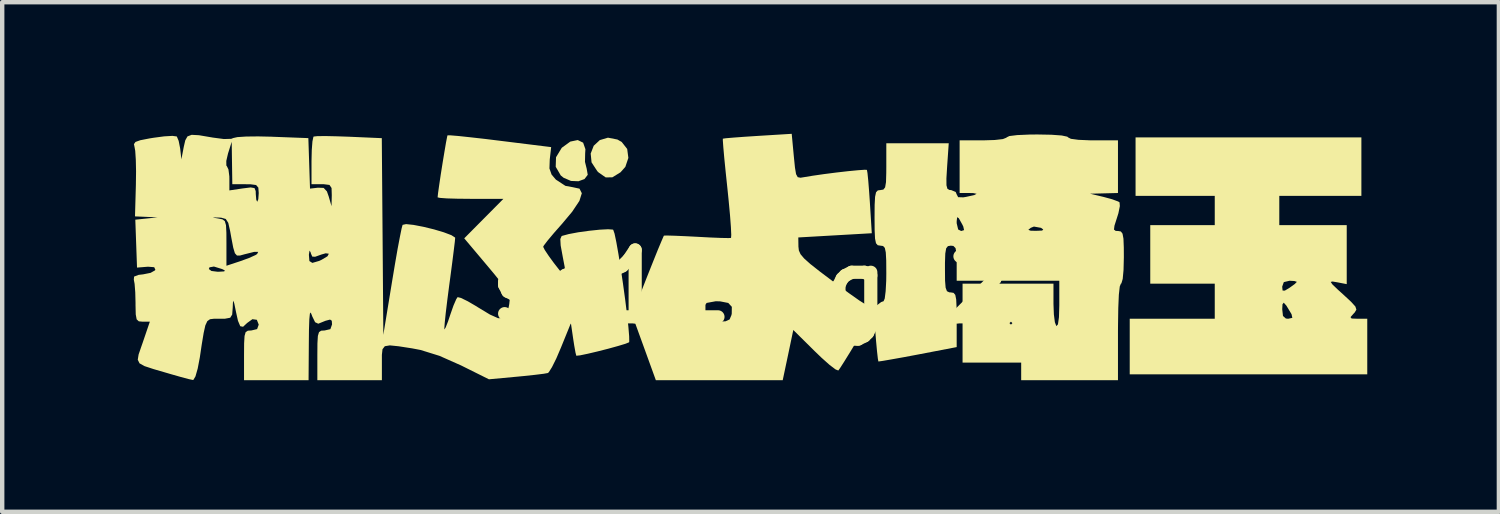
<source format=kicad_pcb>
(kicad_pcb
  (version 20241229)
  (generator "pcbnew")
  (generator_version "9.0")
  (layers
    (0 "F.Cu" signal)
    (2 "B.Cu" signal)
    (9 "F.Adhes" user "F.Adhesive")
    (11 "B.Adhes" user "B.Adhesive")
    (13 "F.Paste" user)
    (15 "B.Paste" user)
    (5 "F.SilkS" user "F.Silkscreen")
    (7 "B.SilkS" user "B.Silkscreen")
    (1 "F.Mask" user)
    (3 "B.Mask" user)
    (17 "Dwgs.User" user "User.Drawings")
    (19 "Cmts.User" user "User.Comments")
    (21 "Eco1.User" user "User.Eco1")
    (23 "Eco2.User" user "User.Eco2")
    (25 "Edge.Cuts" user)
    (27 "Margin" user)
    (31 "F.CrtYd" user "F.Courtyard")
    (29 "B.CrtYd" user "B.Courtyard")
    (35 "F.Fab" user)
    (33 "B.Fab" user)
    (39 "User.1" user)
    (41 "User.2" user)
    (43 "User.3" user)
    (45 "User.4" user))
  (footprint "sc11logo2"
    (layer "F.Cu")
    (at 14.076 3.482)
    (property "Reference" "sc11logo2" (at 0 0 0) (layer "F.SilkS") (effects (font (size 1.524 1.524) (thickness 0.3))))
    (attr board_only exclude_from_pos_files exclude_from_bom)
    (fp_poly (pts (xy -3.054 -3.352) (xy -2.956 -3.296) (xy -2.831 -3.137) (xy -2.804 -2.933) (xy -2.873 -2.729) (xy -2.983 -2.605) (xy -3.168 -2.491) (xy -3.32 -2.488) (xy -3.48 -2.599) (xy -3.512 -2.63) (xy -3.643 -2.831) (xy -3.663 -3.032) (xy -3.594 -3.21) (xy -3.455 -3.339) (xy -3.269 -3.394)) (stroke (width 0) (type solid)) (fill yes) (layer "F.SilkS"))
    (fp_poly (pts (xy -3.835 -3.28) (xy -3.783 -3.131) (xy -3.789 -3.037) (xy -3.793 -2.843) (xy -3.754 -2.686) (xy -3.73 -2.548) (xy -3.804 -2.451) (xy -3.942 -2.401) (xy -4.112 -2.408) (xy -4.281 -2.481) (xy -4.345 -2.533) (xy -4.46 -2.73) (xy -4.453 -2.948) (xy -4.325 -3.159) (xy -4.314 -3.17) (xy -4.127 -3.305) (xy -3.958 -3.34)) (stroke (width 0) (type solid)) (fill yes) (layer "F.SilkS"))
    (fp_poly (pts (xy 13.903 -2.067) (xy 12.032 -2.067) (xy 12.032 -1.4) (xy 13.569 -1.4) (xy 13.569 -0.056) (xy 13.352 -0.098) (xy 13.243 -0.116) (xy 13.204 -0.106) (xy 13.242 -0.05) (xy 13.366 0.069) (xy 13.489 0.18) (xy 13.67 0.348) (xy 13.766 0.454) (xy 13.789 0.525) (xy 13.753 0.587) (xy 13.725 0.617) (xy 13.655 0.696) (xy 13.681 0.728) (xy 13.822 0.733) (xy 14.037 0.733) (xy 14.037 2) (xy 8.623 2) (xy 8.623 0.733) (xy 10.561 0.733) (xy 10.561 0.517) (xy 12.099 0.517) (xy 12.116 0.67) (xy 12.182 0.728) (xy 12.234 0.733) (xy 12.329 0.713) (xy 12.312 0.632) (xy 12.304 0.617) (xy 12.194 0.435) (xy 12.133 0.366) (xy 12.105 0.403) (xy 12.099 0.517) (xy 10.561 0.517) (xy 10.561 0.002) (xy 12.098 0.002) (xy 12.107 0.09) (xy 12.158 0.092) (xy 12.266 0.027) (xy 12.384 -0.058) (xy 12.433 -0.108) (xy 12.375 -0.127) (xy 12.266 -0.133) (xy 12.135 -0.102) (xy 12.098 0.002) (xy 10.561 0.002) (xy 10.561 -0.067) (xy 9.091 -0.067) (xy 9.091 -1.4) (xy 10.561 -1.4) (xy 10.561 -2.067) (xy 8.756 -2.067) (xy 8.756 -3.4) (xy 13.903 -3.4)) (stroke (width 0) (type solid)) (fill yes) (layer "F.SilkS"))
    (fp_poly (pts (xy 0.967 -2.97) (xy 0.993 -2.713) (xy 1.018 -2.563) (xy 1.056 -2.494) (xy 1.119 -2.481) (xy 1.193 -2.493) (xy 1.393 -2.526) (xy 1.649 -2.563) (xy 1.929 -2.599) (xy 2.199 -2.63) (xy 2.427 -2.652) (xy 2.583 -2.663) (xy 2.633 -2.66) (xy 2.646 -2.586) (xy 2.664 -2.409) (xy 2.684 -2.155) (xy 2.7 -1.925) (xy 2.744 -1.216) (xy 1.069 -1.12) (xy 1.072 -0.91) (xy 1.082 -0.823) (xy 1.12 -0.738) (xy 1.202 -0.641) (xy 1.344 -0.514) (xy 1.561 -0.343) (xy 1.869 -0.111) (xy 1.91 -0.081) (xy 2.229 0.154) (xy 2.46 0.317) (xy 2.619 0.417) (xy 2.725 0.465) (xy 2.794 0.47) (xy 2.843 0.44) (xy 2.848 0.436) (xy 2.957 0.353) (xy 3.013 0.333) (xy 3.039 0.272) (xy 3.06 0.105) (xy 3.073 -0.136) (xy 3.075 -0.3) (xy 3.073 -0.594) (xy 3.063 -0.78) (xy 3.041 -0.882) (xy 3.001 -0.925) (xy 2.941 -0.933) (xy 2.879 -0.943) (xy 2.84 -0.988) (xy 2.818 -1.094) (xy 2.809 -1.284) (xy 2.808 -1.444) (xy 4.679 -1.444) (xy 4.713 -1.301) (xy 4.782 -1.267) (xy 4.847 -1.287) (xy 4.846 -1.294) (xy 6.312 -1.294) (xy 6.363 -1.274) (xy 6.484 -1.271) (xy 6.627 -1.277) (xy 6.652 -1.302) (xy 6.601 -1.339) (xy 6.439 -1.368) (xy 6.367 -1.339) (xy 6.312 -1.294) (xy 4.846 -1.294) (xy 4.829 -1.37) (xy 4.806 -1.417) (xy 4.727 -1.558) (xy 4.69 -1.582) (xy 4.679 -1.492) (xy 4.679 -1.444) (xy 2.808 -1.444) (xy 2.807 -1.567) (xy 2.809 -1.861) (xy 2.819 -2.047) (xy 2.841 -2.149) (xy 2.881 -2.192) (xy 2.941 -2.2) (xy 3.008 -2.211) (xy 3.048 -2.262) (xy 3.068 -2.381) (xy 3.074 -2.593) (xy 3.075 -2.733) (xy 3.075 -3.267) (xy 4.498 -3.267) (xy 4.461 -2.733) (xy 4.445 -2.468) (xy 4.446 -2.309) (xy 4.468 -2.229) (xy 4.515 -2.202) (xy 4.552 -2.2) (xy 4.656 -2.157) (xy 4.679 -2.102) (xy 4.712 -2.038) (xy 4.83 -2.034) (xy 4.896 -2.045) (xy 5.08 -2.086) (xy 5.133 -2.115) (xy 5.055 -2.131) (xy 4.957 -2.133) (xy 4.746 -2.133) (xy 4.746 -3.333) (xy 5.281 -3.333) (xy 5.545 -3.341) (xy 5.731 -3.362) (xy 5.813 -3.394) (xy 5.815 -3.4) (xy 5.879 -3.431) (xy 6.058 -3.453) (xy 6.335 -3.465) (xy 6.517 -3.467) (xy 6.838 -3.461) (xy 7.072 -3.444) (xy 7.2 -3.417) (xy 7.219 -3.4) (xy 7.282 -3.368) (xy 7.455 -3.345) (xy 7.714 -3.334) (xy 7.787 -3.333) (xy 8.355 -3.333) (xy 8.355 -2.133) (xy 8.038 -2.125) (xy 7.72 -2.117) (xy 8.033 -2.042) (xy 8.226 -1.989) (xy 8.361 -1.939) (xy 8.391 -1.92) (xy 8.398 -1.835) (xy 8.365 -1.672) (xy 8.333 -1.57) (xy 8.275 -1.388) (xy 8.264 -1.299) (xy 8.304 -1.269) (xy 8.359 -1.267) (xy 8.421 -1.256) (xy 8.459 -1.206) (xy 8.48 -1.092) (xy 8.488 -0.889) (xy 8.489 -0.667) (xy 8.482 -0.379) (xy 8.463 -0.174) (xy 8.433 -0.073) (xy 8.422 -0.067) (xy 8.396 -0.002) (xy 8.375 0.186) (xy 8.362 0.488) (xy 8.356 0.892) (xy 8.355 1.033) (xy 8.355 2.133) (xy 6.149 2.133) (xy 6.149 1.733) (xy 4.813 1.733) (xy 4.813 0.833) (xy 5.882 0.833) (xy 5.916 0.867) (xy 5.949 0.833) (xy 5.916 0.8) (xy 5.882 0.833) (xy 4.813 0.833) (xy 4.813 -0.067) (xy 6.885 -0.067) (xy 6.885 0.396) (xy 6.894 0.633) (xy 6.917 0.813) (xy 6.95 0.899) (xy 6.952 0.9) (xy 6.987 0.861) (xy 7.01 0.699) (xy 7.018 0.424) (xy 7.018 0.404) (xy 7.018 -0.133) (xy 4.679 -0.133) (xy 4.679 -0.533) (xy 4.674 -0.757) (xy 4.653 -0.877) (xy 4.604 -0.926) (xy 4.545 -0.933) (xy 4.479 -0.922) (xy 4.439 -0.871) (xy 4.419 -0.753) (xy 4.412 -0.541) (xy 4.412 -0.4) (xy 4.414 -0.134) (xy 4.427 0.025) (xy 4.457 0.105) (xy 4.51 0.131) (xy 4.545 0.133) (xy 4.608 0.143) (xy 4.647 0.189) (xy 4.668 0.295) (xy 4.677 0.488) (xy 4.679 0.756) (xy 4.679 1.379) (xy 3.793 1.549) (xy 3.468 1.61) (xy 3.194 1.659) (xy 2.997 1.693) (xy 2.899 1.707) (xy 2.894 1.706) (xy 2.882 1.639) (xy 2.863 1.471) (xy 2.841 1.234) (xy 2.834 1.145) (xy 2.788 0.595) (xy 2.408 1.231) (xy 2.251 1.491) (xy 2.116 1.709) (xy 2.02 1.859) (xy 1.981 1.913) (xy 1.918 1.888) (xy 1.783 1.786) (xy 1.599 1.622) (xy 1.445 1.474) (xy 0.955 0.989) (xy 0.835 1.561) (xy 0.714 2.133) (xy -2.178 2.133) (xy -2.448 1.388) (xy -2.719 0.642) (xy -2.657 0.486) (xy -1.115 0.486) (xy -1.101 0.673) (xy -1.1 0.676) (xy -1.039 0.759) (xy -0.903 0.795) (xy -0.772 0.8) (xy -0.589 0.791) (xy -0.497 0.749) (xy -0.455 0.65) (xy -0.448 0.617) (xy -0.446 0.461) (xy -0.527 0.373) (xy -0.711 0.337) (xy -0.812 0.334) (xy -1.018 0.372) (xy -1.115 0.486) (xy -2.657 0.486) (xy -2.367 -0.252) (xy -2.24 -0.571) (xy -2.131 -0.842) (xy -2.047 -1.042) (xy -2 -1.15) (xy -1.993 -1.162) (xy -1.922 -1.164) (xy -1.745 -1.159) (xy -1.491 -1.148) (xy -1.237 -1.135) (xy -0.937 -1.119) (xy -0.689 -1.109) (xy -0.521 -1.106) (xy -0.464 -1.109) (xy -0.459 -1.177) (xy -0.467 -1.356) (xy -0.487 -1.623) (xy -0.518 -1.956) (xy -0.547 -2.241) (xy -0.586 -2.61) (xy -0.618 -2.929) (xy -0.64 -3.177) (xy -0.651 -3.331) (xy -0.651 -3.371) (xy -0.582 -3.381) (xy -0.407 -3.396) (xy -0.151 -3.415) (xy 0.142 -3.434) (xy 0.919 -3.482)) (stroke (width 0) (type solid)) (fill yes) (layer "F.SilkS"))
    (fp_poly (pts (xy -12.591 -3.45) (xy -12.326 -3.405) (xy -12.273 -3.396) (xy -12.023 -3.363) (xy -11.854 -3.368) (xy -11.81 -3.386) (xy -11.715 -3.407) (xy -11.517 -3.42) (xy -11.242 -3.423) (xy -10.921 -3.416) (xy -10.914 -3.415) (xy -10.098 -3.384) (xy -10.079 -2.809) (xy -10.06 -2.233) (xy -9.879 -2.254) (xy -9.749 -2.249) (xy -9.675 -2.17) (xy -9.634 -2.054) (xy -9.57 -1.833) (xy -9.564 -2.083) (xy -9.569 -2.247) (xy -9.616 -2.317) (xy -9.743 -2.333) (xy -9.792 -2.333) (xy -10.026 -2.333) (xy -10.026 -2.863) (xy -10.02 -3.114) (xy -10.005 -3.309) (xy -9.983 -3.412) (xy -9.976 -3.42) (xy -9.893 -3.429) (xy -9.705 -3.431) (xy -9.442 -3.425) (xy -9.175 -3.416) (xy -8.424 -3.383) (xy -8.406 -1.141) (xy -8.389 1.1) (xy -8.189 -0.121) (xy -8.124 -0.511) (xy -8.064 -0.857) (xy -8.011 -1.136) (xy -7.972 -1.327) (xy -7.95 -1.407) (xy -7.87 -1.424) (xy -7.701 -1.406) (xy -7.477 -1.363) (xy -7.235 -1.304) (xy -7.01 -1.237) (xy -6.838 -1.172) (xy -6.754 -1.118) (xy -6.752 -1.108) (xy -6.76 -1.019) (xy -6.784 -0.822) (xy -6.819 -0.544) (xy -6.863 -0.209) (xy -6.886 -0.039) (xy -6.931 0.308) (xy -6.967 0.606) (xy -6.99 0.83) (xy -6.999 0.957) (xy -6.997 0.977) (xy -6.968 0.931) (xy -6.913 0.791) (xy -6.861 0.635) (xy -6.79 0.432) (xy -6.727 0.287) (xy -6.696 0.24) (xy -6.619 0.259) (xy -6.464 0.335) (xy -6.26 0.454) (xy -6.233 0.472) (xy -5.96 0.637) (xy -5.774 0.72) (xy -5.654 0.721) (xy -5.58 0.636) (xy -5.531 0.463) (xy -5.519 0.399) (xy -5.508 0.295) (xy -5.524 0.197) (xy -5.58 0.082) (xy -5.689 -0.073) (xy -5.865 -0.291) (xy -6.012 -0.467) (xy -6.545 -1.1) (xy -5.652 -2) (xy -6.402 -2) (xy -6.701 -2.003) (xy -6.943 -2.01) (xy -7.102 -2.022) (xy -7.152 -2.034) (xy -7.142 -2.128) (xy -7.116 -2.313) (xy -7.08 -2.555) (xy -7.038 -2.82) (xy -6.996 -3.074) (xy -6.96 -3.285) (xy -6.934 -3.419) (xy -6.926 -3.448) (xy -6.856 -3.447) (xy -6.675 -3.432) (xy -6.404 -3.403) (xy -6.067 -3.365) (xy -5.734 -3.324) (xy -4.564 -3.179) (xy -4.596 -2.895) (xy -4.603 -2.692) (xy -4.554 -2.553) (xy -4.456 -2.438) (xy -4.239 -2.296) (xy -4.08 -2.267) (xy -3.918 -2.232) (xy -3.865 -2.128) (xy -3.92 -1.953) (xy -4.085 -1.706) (xy -4.311 -1.436) (xy -4.497 -1.225) (xy -4.643 -1.051) (xy -4.73 -0.937) (xy -4.746 -0.907) (xy -4.71 -0.835) (xy -4.62 -0.7) (xy -4.502 -0.538) (xy -4.38 -0.382) (xy -4.282 -0.266) (xy -4.231 -0.224) (xy -4.23 -0.225) (xy -4.232 -0.296) (xy -4.258 -0.461) (xy -4.301 -0.685) (xy -4.301 -0.686) (xy -4.347 -0.937) (xy -4.355 -1.084) (xy -4.326 -1.15) (xy -4.315 -1.156) (xy -4.163 -1.197) (xy -3.945 -1.238) (xy -3.697 -1.272) (xy -3.458 -1.297) (xy -3.266 -1.307) (xy -3.158 -1.299) (xy -3.149 -1.293) (xy -3.119 -1.207) (xy -3.079 -1.016) (xy -3.031 -0.746) (xy -2.979 -0.422) (xy -2.927 -0.069) (xy -2.878 0.288) (xy -2.836 0.624) (xy -2.804 0.914) (xy -2.786 1.132) (xy -2.784 1.254) (xy -2.789 1.27) (xy -2.87 1.303) (xy -3.039 1.354) (xy -3.263 1.416) (xy -3.506 1.478) (xy -3.731 1.531) (xy -3.904 1.567) (xy -3.988 1.576) (xy -3.991 1.575) (xy -4.009 1.505) (xy -4.038 1.344) (xy -4.061 1.196) (xy -4.114 0.833) (xy -4.34 1.389) (xy -4.447 1.639) (xy -4.545 1.836) (xy -4.618 1.952) (xy -4.639 1.97) (xy -4.734 1.987) (xy -4.929 2.011) (xy -5.19 2.039) (xy -5.347 2.054) (xy -5.982 2.113) (xy -6.617 1.797) (xy -7.108 1.579) (xy -7.539 1.445) (xy -7.733 1.408) (xy -8.042 1.36) (xy -8.241 1.34) (xy -8.355 1.359) (xy -8.408 1.428) (xy -8.422 1.557) (xy -8.422 1.733) (xy -8.422 2.133) (xy -9.893 2.133) (xy -9.893 1.567) (xy -9.891 1.292) (xy -9.881 1.125) (xy -9.855 1.038) (xy -9.806 1.005) (xy -9.726 1) (xy -9.596 0.97) (xy -9.558 0.862) (xy -9.558 0.86) (xy -9.564 0.778) (xy -9.603 0.752) (xy -9.706 0.779) (xy -9.872 0.846) (xy -9.944 0.812) (xy -10.011 0.675) (xy -10.017 0.656) (xy -10.044 0.59) (xy -10.063 0.616) (xy -10.076 0.744) (xy -10.084 0.984) (xy -10.087 1.283) (xy -10.093 2.133) (xy -11.564 2.133) (xy -11.564 1.567) (xy -11.562 1.292) (xy -11.552 1.125) (xy -11.527 1.038) (xy -11.477 1.005) (xy -11.397 1) (xy -11.266 0.969) (xy -11.229 0.867) (xy -11.272 0.757) (xy -11.373 0.743) (xy -11.494 0.83) (xy -11.497 0.833) (xy -11.586 0.916) (xy -11.65 0.903) (xy -11.702 0.78) (xy -11.746 0.583) (xy -11.785 0.391) (xy -11.806 0.321) (xy -11.817 0.364) (xy -11.822 0.483) (xy -11.834 0.638) (xy -11.879 0.71) (xy -11.997 0.732) (xy -12.127 0.733) (xy -12.252 0.733) (xy -12.34 0.744) (xy -12.401 0.788) (xy -12.446 0.885) (xy -12.484 1.056) (xy -12.528 1.321) (xy -12.572 1.617) (xy -12.62 1.868) (xy -12.671 2.047) (xy -12.719 2.127) (xy -12.726 2.129) (xy -12.822 2.109) (xy -13.009 2.059) (xy -13.251 1.99) (xy -13.308 1.973) (xy -13.624 1.881) (xy -13.831 1.813) (xy -13.946 1.749) (xy -13.986 1.667) (xy -13.967 1.548) (xy -13.906 1.37) (xy -13.871 1.27) (xy -13.711 0.8) (xy -13.874 0.8) (xy -13.962 0.792) (xy -14.011 0.747) (xy -14.032 0.635) (xy -14.037 0.426) (xy -14.037 0.372) (xy -14.043 0.133) (xy -14.058 -0.062) (xy -14.076 -0.157) (xy -14.07 -0.228) (xy -13.967 -0.267) (xy -13.864 -0.279) (xy -13.694 -0.313) (xy -13.593 -0.37) (xy -13.585 -0.384) (xy -13.592 -0.4) (xy -12.366 -0.4) (xy -12.307 -0.356) (xy -12.165 -0.338) (xy -12.149 -0.338) (xy -12.015 -0.346) (xy -12.002 -0.369) (xy -12.065 -0.4) (xy -12.25 -0.457) (xy -12.352 -0.439) (xy -12.366 -0.4) (xy -13.592 -0.4) (xy -13.611 -0.442) (xy -13.751 -0.453) (xy -13.78 -0.451) (xy -14.003 -0.433) (xy -14.042 -1.525) (xy -13.789 -1.551) (xy -13.552 -1.576) (xy -12.263 -1.576) (xy -12.262 -1.57) (xy -12.149 -1.552) (xy -12.057 -1.533) (xy -12.002 -1.492) (xy -11.975 -1.399) (xy -11.966 -1.226) (xy -11.965 -1) (xy -11.965 -0.475) (xy -11.647 -0.58) (xy -11.45 -0.652) (xy -11.306 -0.717) (xy -10.085 -0.717) (xy -10.074 -0.582) (xy -10.007 -0.54) (xy -9.859 -0.583) (xy -9.796 -0.611) (xy -9.662 -0.691) (xy -9.631 -0.749) (xy -9.702 -0.759) (xy -9.797 -0.732) (xy -9.943 -0.68) (xy -10.008 -0.683) (xy -10.038 -0.75) (xy -10.047 -0.783) (xy -10.071 -0.821) (xy -10.085 -0.731) (xy -10.085 -0.717) (xy -11.306 -0.717) (xy -11.305 -0.717) (xy -11.266 -0.742) (xy -11.241 -0.792) (xy -11.333 -0.791) (xy -11.546 -0.738) (xy -11.547 -0.738) (xy -11.655 -0.708) (xy -11.725 -0.708) (xy -11.772 -0.76) (xy -11.81 -0.887) (xy -11.853 -1.111) (xy -11.881 -1.267) (xy -11.923 -1.452) (xy -11.98 -1.541) (xy -12.082 -1.57) (xy -12.134 -1.573) (xy -12.263 -1.576) (xy -13.552 -1.576) (xy -13.536 -1.578) (xy -13.792 -1.589) (xy -14.049 -1.6) (xy -14.029 -2.317) (xy -14.025 -2.626) (xy -14.03 -2.865) (xy -11.968 -2.865) (xy -11.967 -2.759) (xy -11.955 -2.744) (xy -11.919 -2.67) (xy -11.899 -2.513) (xy -11.898 -2.457) (xy -11.898 -2.192) (xy -11.597 -2.237) (xy -11.413 -2.26) (xy -11.325 -2.245) (xy -11.298 -2.177) (xy -11.296 -2.108) (xy -11.285 -1.979) (xy -11.263 -1.933) (xy -11.239 -1.991) (xy -11.229 -2.131) (xy -11.229 -2.133) (xy -11.238 -2.256) (xy -11.289 -2.315) (xy -11.417 -2.332) (xy -11.53 -2.333) (xy -11.831 -2.333) (xy -11.838 -2.817) (xy -11.845 -3.3) (xy -11.929 -3.033) (xy -11.968 -2.865) (xy -14.03 -2.865) (xy -14.031 -2.897) (xy -14.044 -3.095) (xy -14.058 -3.173) (xy -14.073 -3.247) (xy -14.038 -3.297) (xy -13.928 -3.336) (xy -13.719 -3.377) (xy -13.626 -3.392) (xy -13.385 -3.424) (xy -13.197 -3.435) (xy -13.098 -3.422) (xy -13.095 -3.419) (xy -13.054 -3.322) (xy -13.021 -3.155) (xy -13.018 -3.133) (xy -12.992 -2.9) (xy -12.938 -3.183) (xy -12.903 -3.334) (xy -12.853 -3.423) (xy -12.758 -3.459)) (stroke (width 0) (type solid)) (fill yes) (layer "F.SilkS")))
  (gr_rect
    (start -3 -3)
    (end 31.113 8.615)
    (stroke (width 0.1) (type default))
    (fill no)
    (layer "Edge.Cuts")))
</source>
